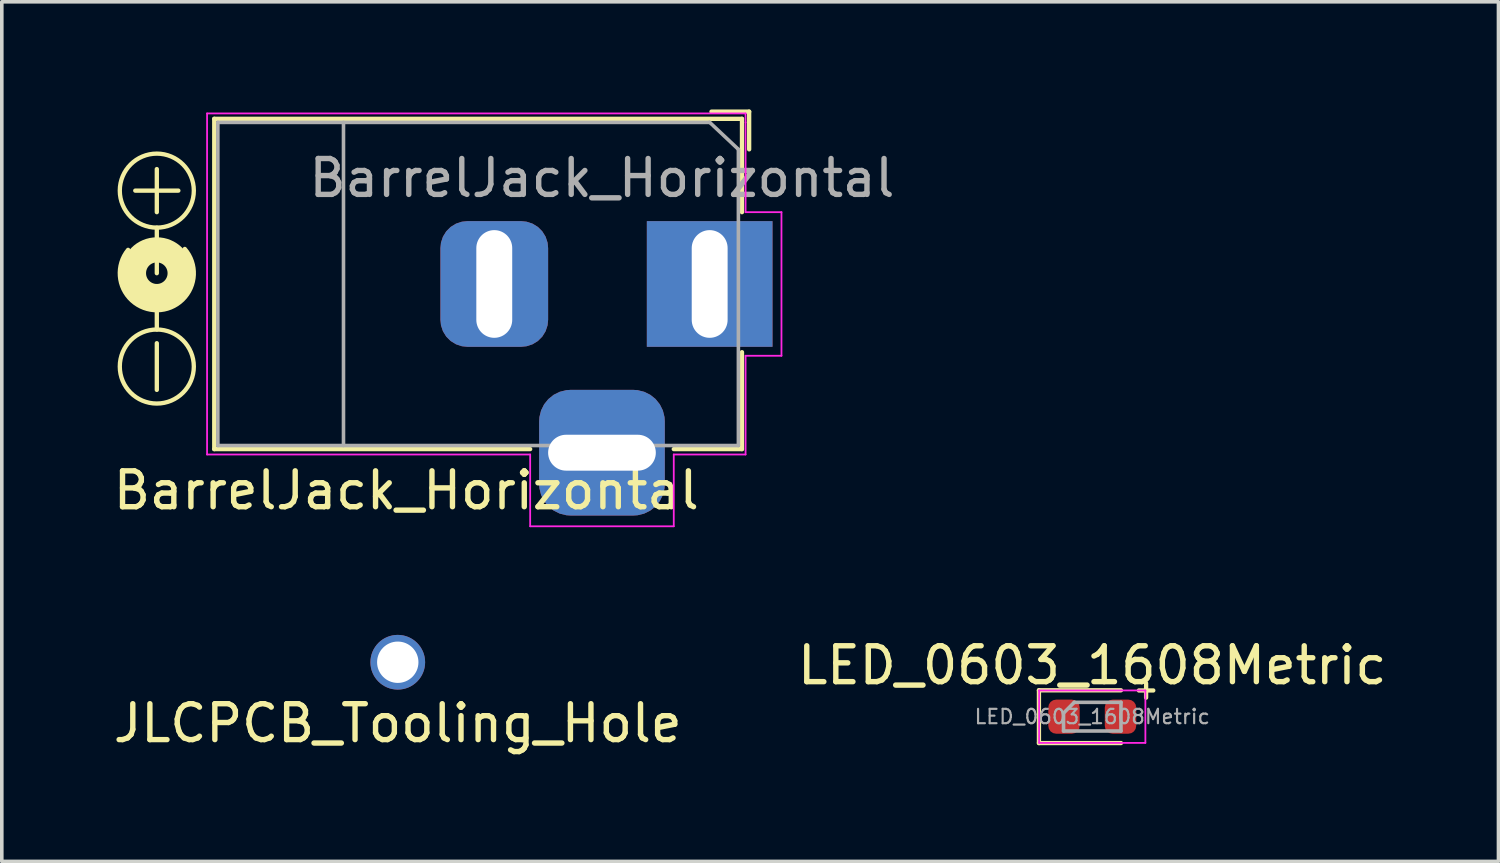
<source format=kicad_pcb>
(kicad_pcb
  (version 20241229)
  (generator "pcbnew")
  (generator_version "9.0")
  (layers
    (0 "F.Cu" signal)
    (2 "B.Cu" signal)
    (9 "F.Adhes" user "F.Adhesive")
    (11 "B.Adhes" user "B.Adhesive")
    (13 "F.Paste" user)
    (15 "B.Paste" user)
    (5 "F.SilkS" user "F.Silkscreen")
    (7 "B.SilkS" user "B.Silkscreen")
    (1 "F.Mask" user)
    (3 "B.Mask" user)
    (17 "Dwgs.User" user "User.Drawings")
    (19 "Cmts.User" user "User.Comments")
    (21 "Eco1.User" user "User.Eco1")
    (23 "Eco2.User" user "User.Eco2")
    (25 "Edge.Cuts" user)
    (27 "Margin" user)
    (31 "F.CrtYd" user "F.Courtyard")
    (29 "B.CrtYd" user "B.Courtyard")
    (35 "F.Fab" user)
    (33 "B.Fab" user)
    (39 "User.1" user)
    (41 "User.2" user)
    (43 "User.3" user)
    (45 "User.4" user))
  (footprint "BarrelJack_Horizontal"
    (layer "F.Cu")
    (at 16.718 4.86)
    (property "Reference" "BarrelJack_Horizontal" (at -8.45 5.75 0) (layer "F.SilkS") (effects (font (size 1 1) (thickness 0.15))))
    (attr through_hole)
    (fp_line (start -16 -2.6) (end -14.8 -2.6) (stroke (width 0.12) (type solid)) (layer "F.SilkS"))
    (fp_line (start -15.4 -2) (end -15.4 -3.2) (stroke (width 0.12) (type solid)) (layer "F.SilkS"))
    (fp_line (start -15.4 -0.3) (end -15.4 -1.569) (stroke (width 0.12) (type solid)) (layer "F.SilkS"))
    (fp_line (start -15.4 1.269) (end -15.4 0.75) (stroke (width 0.12) (type solid)) (layer "F.SilkS"))
    (fp_line (start -15.4 2.95) (end -15.4 1.65) (stroke (width 0.12) (type solid)) (layer "F.SilkS"))
    (fp_line (start -13.8 -4.6) (end 0.9 -4.6) (stroke (width 0.12) (type solid)) (layer "F.SilkS"))
    (fp_line (start -13.8 4.6) (end -13.8 -4.6) (stroke (width 0.12) (type solid)) (layer "F.SilkS"))
    (fp_line (start -5 4.6) (end -13.8 4.6) (stroke (width 0.12) (type solid)) (layer "F.SilkS"))
    (fp_line (start 0.05 -4.8) (end 1.1 -4.8) (stroke (width 0.12) (type solid)) (layer "F.SilkS"))
    (fp_line (start 0.9 -4.6) (end 0.9 -2) (stroke (width 0.12) (type solid)) (layer "F.SilkS"))
    (fp_line (start 0.9 1.9) (end 0.9 4.6) (stroke (width 0.12) (type solid)) (layer "F.SilkS"))
    (fp_line (start 0.9 4.6) (end -1 4.6) (stroke (width 0.12) (type solid)) (layer "F.SilkS"))
    (fp_line (start 1.1 -3.75) (end 1.1 -4.8) (stroke (width 0.12) (type solid)) (layer "F.SilkS"))
    (fp_arc (start -14.620958 -0.974974) (mid -15.383699 0.730646) (end -16.199999 -0.949999) (stroke (width 0.12) (type solid)) (layer "F.SilkS"))
    (fp_circle (center -15.4 -2.6) (end -15.4 -3.631) (stroke (width 0.12) (type solid)) (fill no) (layer "F.SilkS"))
    (fp_circle (center -15.4 -0.3) (end -15.4 -0.6) (stroke (width 0.7) (type solid)) (fill no) (layer "F.SilkS"))
    (fp_circle (center -15.4 2.3) (end -15.4 1.269) (stroke (width 0.12) (type solid)) (fill no) (layer "F.SilkS"))
    (fp_line (start -14 4.75) (end -14 -4.75) (stroke (width 0.05) (type solid)) (layer "F.CrtYd"))
    (fp_line (start -5 4.75) (end -14 4.75) (stroke (width 0.05) (type solid)) (layer "F.CrtYd"))
    (fp_line (start -5 6.75) (end -5 4.75) (stroke (width 0.05) (type solid)) (layer "F.CrtYd"))
    (fp_line (start -1 4.75) (end -1 6.75) (stroke (width 0.05) (type solid)) (layer "F.CrtYd"))
    (fp_line (start -1 6.75) (end -5 6.75) (stroke (width 0.05) (type solid)) (layer "F.CrtYd"))
    (fp_line (start 1 -4.75) (end -14 -4.75) (stroke (width 0.05) (type solid)) (layer "F.CrtYd"))
    (fp_line (start 1 -4.5) (end 1 -4.75) (stroke (width 0.05) (type solid)) (layer "F.CrtYd"))
    (fp_line (start 1 -4.5) (end 1 -2) (stroke (width 0.05) (type solid)) (layer "F.CrtYd"))
    (fp_line (start 1 -2) (end 2 -2) (stroke (width 0.05) (type solid)) (layer "F.CrtYd"))
    (fp_line (start 1 2) (end 1 4.75) (stroke (width 0.05) (type solid)) (layer "F.CrtYd"))
    (fp_line (start 1 4.75) (end -1 4.75) (stroke (width 0.05) (type solid)) (layer "F.CrtYd"))
    (fp_line (start 2 -2) (end 2 2) (stroke (width 0.05) (type solid)) (layer "F.CrtYd"))
    (fp_line (start 2 2) (end 1 2) (stroke (width 0.05) (type solid)) (layer "F.CrtYd"))
    (fp_line (start -13.7 -4.5) (end -13.7 4.5) (stroke (width 0.1) (type solid)) (layer "F.Fab"))
    (fp_line (start -13.7 4.5) (end 0.8 4.5) (stroke (width 0.1) (type solid)) (layer "F.Fab"))
    (fp_line (start -10.2 -4.5) (end -10.2 4.5) (stroke (width 0.1) (type solid)) (layer "F.Fab"))
    (fp_line (start -0.003 -4.505) (end 0.8 -3.75) (stroke (width 0.1) (type solid)) (layer "F.Fab"))
    (fp_line (start 0 -4.5) (end -13.7 -4.5) (stroke (width 0.1) (type solid)) (layer "F.Fab"))
    (fp_line (start 0.8 4.5) (end 0.8 -3.75) (stroke (width 0.1) (type solid)) (layer "F.Fab"))
    (fp_text user "${REFERENCE}" (at -3 -2.95 0) (layer "F.Fab") (effects (font (size 1 1) (thickness 0.15))))
    (pad "1" thru_hole rect (at 0 0) (size 3.5 3.5) (drill oval 1 3) (layers "*.Cu" "*.Mask"))
    (pad "2" thru_hole roundrect (at -6 0) (size 3 3.5) (drill oval 1 3) (layers "*.Cu" "*.Mask") (roundrect_rratio 0.25))
    (pad "MP" thru_hole roundrect (at -3 4.7) (size 3.5 3.5) (drill oval 3 1) (layers "*.Cu" "*.Mask") (roundrect_rratio 0.25)))
  (footprint "LED_0603_1608Metric"
    (layer "F.Cu")
    (at 27.375 16.913)
    (property "Reference" "LED_0603_1608Metric" (at 0 -1.43 0) (layer "F.SilkS") (effects (font (size 1 1) (thickness 0.15))))
    (attr smd)
    (fp_line (start -1.485 -0.735) (end -1.485 0.735) (stroke (width 0.12) (type solid)) (layer "F.SilkS"))
    (fp_line (start -1.485 0.735) (end 0.8 0.735) (stroke (width 0.12) (type solid)) (layer "F.SilkS"))
    (fp_line (start 0.8 -0.735) (end -1.485 -0.735) (stroke (width 0.12) (type solid)) (layer "F.SilkS"))
    (fp_line (start 1.3 -0.73) (end 1.7 -0.73) (stroke (width 0.12) (type solid)) (layer "F.SilkS"))
    (fp_line (start 1.5 -0.93) (end 1.5 -0.53) (stroke (width 0.12) (type solid)) (layer "F.SilkS"))
    (fp_line (start -1.48 -0.73) (end 1.48 -0.73) (stroke (width 0.05) (type solid)) (layer "F.CrtYd"))
    (fp_line (start -1.48 0.73) (end -1.48 -0.73) (stroke (width 0.05) (type solid)) (layer "F.CrtYd"))
    (fp_line (start 1.48 -0.73) (end 1.48 0.73) (stroke (width 0.05) (type solid)) (layer "F.CrtYd"))
    (fp_line (start 1.48 0.73) (end -1.48 0.73) (stroke (width 0.05) (type solid)) (layer "F.CrtYd"))
    (fp_line (start -0.8 -0.1) (end -0.8 0.4) (stroke (width 0.1) (type solid)) (layer "F.Fab"))
    (fp_line (start -0.8 0.4) (end 0.8 0.4) (stroke (width 0.1) (type solid)) (layer "F.Fab"))
    (fp_line (start -0.5 -0.4) (end -0.8 -0.1) (stroke (width 0.1) (type solid)) (layer "F.Fab"))
    (fp_line (start 0.8 -0.4) (end -0.5 -0.4) (stroke (width 0.1) (type solid)) (layer "F.Fab"))
    (fp_line (start 0.8 0.4) (end 0.8 -0.4) (stroke (width 0.1) (type solid)) (layer "F.Fab"))
    (fp_text user "${REFERENCE}" (at 0 0 0) (layer "F.Fab") (effects (font (size 0.4 0.4) (thickness 0.06))))
    (pad "1" smd roundrect (at -0.787 0) (size 0.875 0.95) (layers "F.Cu" "F.Mask" "F.Paste") (roundrect_rratio 0.25))
    (pad "2" smd roundrect (at 0.787 0) (size 0.875 0.95) (layers "F.Cu" "F.Mask" "F.Paste") (roundrect_rratio 0.25)))
  (footprint "JLCPCB_Tooling_Hole"
    (layer "F.Cu")
    (at 8.03 15.497)
    (property "Reference" "JLCPCB_Tooling_Hole" (at 0 1.6 0) (layer "F.SilkS") (effects (font (size 1 1) (thickness 0.15))))
    (attr through_hole)
    (pad "" np_thru_hole circle (at 0 -0.1) (size 1.524 1.524) (drill 1.152) (layers "*.Cu" "*.Mask")))
  (gr_rect
    (start -3 -3)
    (end 38.69 20.945)
    (stroke (width 0.1) (type default))
    (fill no)
    (layer "Edge.Cuts")))
</source>
